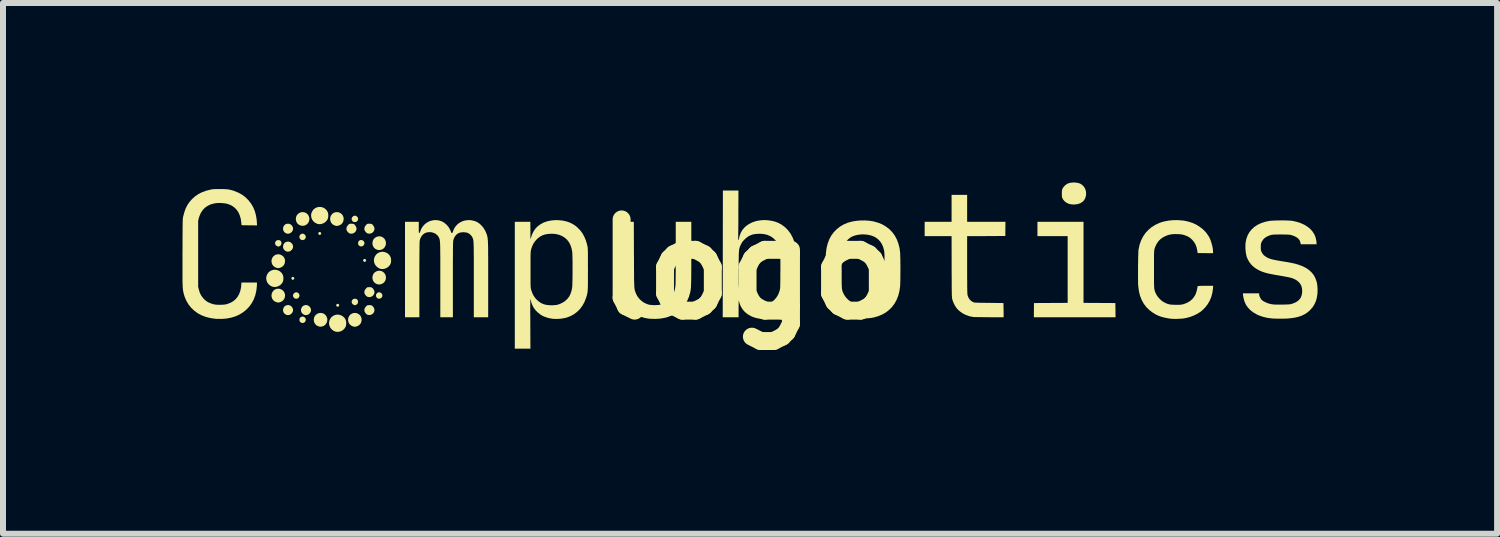
<source format=kicad_pcb>
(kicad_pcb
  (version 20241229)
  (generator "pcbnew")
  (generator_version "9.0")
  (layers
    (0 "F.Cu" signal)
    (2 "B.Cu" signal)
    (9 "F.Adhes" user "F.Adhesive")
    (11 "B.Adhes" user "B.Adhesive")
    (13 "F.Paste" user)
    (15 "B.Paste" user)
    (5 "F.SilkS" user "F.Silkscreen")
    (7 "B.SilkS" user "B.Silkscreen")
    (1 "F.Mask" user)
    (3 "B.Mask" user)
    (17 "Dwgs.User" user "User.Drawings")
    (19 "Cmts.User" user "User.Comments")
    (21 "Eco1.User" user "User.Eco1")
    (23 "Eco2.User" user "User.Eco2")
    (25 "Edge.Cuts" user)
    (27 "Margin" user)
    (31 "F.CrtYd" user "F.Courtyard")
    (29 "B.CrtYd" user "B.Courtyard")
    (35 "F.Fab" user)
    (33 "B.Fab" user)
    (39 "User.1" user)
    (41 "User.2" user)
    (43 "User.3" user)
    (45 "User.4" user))
  (footprint "logo"
    (layer "F.Cu")
    (at 9.444 1.452)
    (property "Reference" "logo" (at 0 0 0) (layer "F.SilkS") (effects (font (size 1.524 1.524) (thickness 0.3))))
    (attr board_only exclude_from_pos_files exclude_from_bom)
    (fp_poly (pts (xy 5.615 0.56) (xy 6.147 0.563) (xy 6.149 0.681) (xy 6.15 0.8) (xy 4.785 0.8) (xy 4.786 0.681) (xy 4.787 0.563) (xy 5.35 0.56) (xy 5.35 -0.555) (xy 4.845 -0.555) (xy 4.845 -0.795) (xy 5.615 -0.795)) (stroke (width 0) (type solid)) (fill yes) (layer "F.SilkS"))
    (fp_poly (pts (xy -7.587 0.129) (xy -7.578 0.14) (xy -7.575 0.15) (xy -7.579 0.163) (xy -7.59 0.172) (xy -7.6 0.175) (xy -7.611 0.172) (xy -7.617 0.167) (xy -7.624 0.155) (xy -7.623 0.141) (xy -7.615 0.131) (xy -7.602 0.125) (xy -7.6 0.125)) (stroke (width 0) (type solid)) (fill yes) (layer "F.SilkS"))
    (fp_poly (pts (xy -7.137 -0.621) (xy -7.128 -0.61) (xy -7.125 -0.6) (xy -7.129 -0.588) (xy -7.14 -0.578) (xy -7.15 -0.575) (xy -7.161 -0.578) (xy -7.167 -0.583) (xy -7.174 -0.595) (xy -7.173 -0.609) (xy -7.165 -0.62) (xy -7.152 -0.625) (xy -7.15 -0.625)) (stroke (width 0) (type solid)) (fill yes) (layer "F.SilkS"))
    (fp_poly (pts (xy -6.839 0.578) (xy -6.833 0.583) (xy -6.826 0.593) (xy -6.825 0.6) (xy -6.828 0.611) (xy -6.833 0.617) (xy -6.843 0.624) (xy -6.85 0.625) (xy -6.861 0.622) (xy -6.867 0.617) (xy -6.874 0.607) (xy -6.875 0.6) (xy -6.872 0.589) (xy -6.867 0.583) (xy -6.857 0.577) (xy -6.85 0.575)) (stroke (width 0) (type solid)) (fill yes) (layer "F.SilkS"))
    (fp_poly (pts (xy -6.389 -0.172) (xy -6.383 -0.167) (xy -6.376 -0.157) (xy -6.375 -0.15) (xy -6.378 -0.139) (xy -6.383 -0.133) (xy -6.393 -0.126) (xy -6.4 -0.125) (xy -6.411 -0.128) (xy -6.417 -0.133) (xy -6.424 -0.143) (xy -6.425 -0.15) (xy -6.422 -0.161) (xy -6.417 -0.167) (xy -6.407 -0.174) (xy -6.4 -0.175)) (stroke (width 0) (type solid)) (fill yes) (layer "F.SilkS"))
    (fp_poly (pts (xy -7.423 0.791) (xy -7.406 0.799) (xy -7.392 0.813) (xy -7.385 0.827) (xy -7.383 0.848) (xy -7.389 0.867) (xy -7.401 0.883) (xy -7.418 0.893) (xy -7.437 0.897) (xy -7.458 0.893) (xy -7.458 0.893) (xy -7.477 0.88) (xy -7.487 0.862) (xy -7.49 0.841) (xy -7.486 0.82) (xy -7.475 0.804) (xy -7.46 0.794) (xy -7.442 0.79)) (stroke (width 0) (type solid)) (fill yes) (layer "F.SilkS"))
    (fp_poly (pts (xy -7.413 -0.591) (xy -7.398 -0.578) (xy -7.387 -0.562) (xy -7.383 -0.542) (xy -7.385 -0.528) (xy -7.396 -0.508) (xy -7.412 -0.495) (xy -7.432 -0.489) (xy -7.452 -0.491) (xy -7.471 -0.501) (xy -7.475 -0.505) (xy -7.487 -0.523) (xy -7.491 -0.543) (xy -7.487 -0.563) (xy -7.475 -0.581) (xy -7.458 -0.593) (xy -7.452 -0.595) (xy -7.432 -0.597)) (stroke (width 0) (type solid)) (fill yes) (layer "F.SilkS"))
    (fp_poly (pts (xy -6.443 -0.489) (xy -6.426 -0.481) (xy -6.412 -0.467) (xy -6.405 -0.453) (xy -6.403 -0.432) (xy -6.409 -0.413) (xy -6.421 -0.397) (xy -6.438 -0.387) (xy -6.457 -0.383) (xy -6.478 -0.387) (xy -6.478 -0.387) (xy -6.497 -0.4) (xy -6.507 -0.418) (xy -6.51 -0.439) (xy -6.506 -0.46) (xy -6.495 -0.476) (xy -6.48 -0.486) (xy -6.462 -0.491)) (stroke (width 0) (type solid)) (fill yes) (layer "F.SilkS"))
    (fp_poly (pts (xy -7.819 -0.486) (xy -7.802 -0.474) (xy -7.792 -0.456) (xy -7.79 -0.439) (xy -7.794 -0.416) (xy -7.805 -0.398) (xy -7.823 -0.387) (xy -7.836 -0.382) (xy -7.845 -0.381) (xy -7.854 -0.384) (xy -7.865 -0.389) (xy -7.883 -0.402) (xy -7.894 -0.42) (xy -7.897 -0.439) (xy -7.893 -0.457) (xy -7.883 -0.473) (xy -7.867 -0.485) (xy -7.846 -0.49) (xy -7.841 -0.49)) (stroke (width 0) (type solid)) (fill yes) (layer "F.SilkS"))
    (fp_poly (pts (xy -7.528 0.385) (xy -7.508 0.396) (xy -7.495 0.412) (xy -7.489 0.432) (xy -7.491 0.452) (xy -7.501 0.471) (xy -7.505 0.475) (xy -7.522 0.487) (xy -7.544 0.491) (xy -7.564 0.487) (xy -7.576 0.48) (xy -7.587 0.468) (xy -7.595 0.453) (xy -7.595 0.452) (xy -7.597 0.432) (xy -7.591 0.414) (xy -7.578 0.398) (xy -7.561 0.387) (xy -7.542 0.383)) (stroke (width 0) (type solid)) (fill yes) (layer "F.SilkS"))
    (fp_poly (pts (xy -6.548 -0.895) (xy -6.528 -0.884) (xy -6.515 -0.868) (xy -6.509 -0.848) (xy -6.511 -0.828) (xy -6.521 -0.809) (xy -6.525 -0.805) (xy -6.542 -0.793) (xy -6.564 -0.79) (xy -6.584 -0.793) (xy -6.596 -0.8) (xy -6.607 -0.812) (xy -6.615 -0.827) (xy -6.615 -0.828) (xy -6.617 -0.848) (xy -6.611 -0.867) (xy -6.598 -0.883) (xy -6.581 -0.893) (xy -6.562 -0.898)) (stroke (width 0) (type solid)) (fill yes) (layer "F.SilkS"))
    (fp_poly (pts (xy -6.539 0.494) (xy -6.522 0.506) (xy -6.512 0.525) (xy -6.51 0.541) (xy -6.514 0.565) (xy -6.525 0.582) (xy -6.543 0.593) (xy -6.556 0.598) (xy -6.565 0.599) (xy -6.574 0.596) (xy -6.585 0.591) (xy -6.603 0.578) (xy -6.614 0.56) (xy -6.617 0.542) (xy -6.613 0.523) (xy -6.603 0.507) (xy -6.587 0.496) (xy -6.566 0.49) (xy -6.561 0.49)) (stroke (width 0) (type solid)) (fill yes) (layer "F.SilkS"))
    (fp_poly (pts (xy -7.665 -0.763) (xy -7.639 -0.753) (xy -7.618 -0.735) (xy -7.602 -0.711) (xy -7.596 -0.685) (xy -7.598 -0.659) (xy -7.611 -0.634) (xy -7.616 -0.627) (xy -7.639 -0.608) (xy -7.664 -0.597) (xy -7.691 -0.596) (xy -7.713 -0.602) (xy -7.737 -0.618) (xy -7.754 -0.64) (xy -7.763 -0.665) (xy -7.763 -0.692) (xy -7.755 -0.718) (xy -7.739 -0.741) (xy -7.717 -0.757) (xy -7.693 -0.763)) (stroke (width 0) (type solid)) (fill yes) (layer "F.SilkS"))
    (fp_poly (pts (xy -7.665 -0.463) (xy -7.639 -0.453) (xy -7.618 -0.435) (xy -7.602 -0.411) (xy -7.596 -0.385) (xy -7.598 -0.359) (xy -7.611 -0.334) (xy -7.616 -0.327) (xy -7.639 -0.308) (xy -7.664 -0.297) (xy -7.691 -0.296) (xy -7.713 -0.302) (xy -7.737 -0.318) (xy -7.754 -0.339) (xy -7.763 -0.365) (xy -7.763 -0.392) (xy -7.755 -0.418) (xy -7.739 -0.441) (xy -7.717 -0.457) (xy -7.693 -0.463)) (stroke (width 0) (type solid)) (fill yes) (layer "F.SilkS"))
    (fp_poly (pts (xy -7.665 0.597) (xy -7.639 0.607) (xy -7.618 0.625) (xy -7.602 0.649) (xy -7.596 0.675) (xy -7.598 0.701) (xy -7.611 0.726) (xy -7.616 0.733) (xy -7.639 0.753) (xy -7.664 0.763) (xy -7.691 0.764) (xy -7.713 0.758) (xy -7.737 0.742) (xy -7.754 0.721) (xy -7.763 0.696) (xy -7.763 0.668) (xy -7.755 0.643) (xy -7.739 0.619) (xy -7.717 0.604) (xy -7.693 0.597)) (stroke (width 0) (type solid)) (fill yes) (layer "F.SilkS"))
    (fp_poly (pts (xy -7.365 0.597) (xy -7.339 0.607) (xy -7.318 0.625) (xy -7.302 0.649) (xy -7.296 0.675) (xy -7.298 0.701) (xy -7.311 0.726) (xy -7.316 0.733) (xy -7.339 0.753) (xy -7.364 0.763) (xy -7.391 0.764) (xy -7.412 0.758) (xy -7.437 0.742) (xy -7.454 0.721) (xy -7.463 0.696) (xy -7.463 0.668) (xy -7.455 0.643) (xy -7.439 0.619) (xy -7.417 0.604) (xy -7.393 0.597)) (stroke (width 0) (type solid)) (fill yes) (layer "F.SilkS"))
    (fp_poly (pts (xy -6.147 0.384) (xy -6.136 0.388) (xy -6.117 0.402) (xy -6.106 0.419) (xy -6.103 0.438) (xy -6.106 0.456) (xy -6.116 0.472) (xy -6.132 0.484) (xy -6.153 0.49) (xy -6.159 0.49) (xy -6.175 0.488) (xy -6.188 0.482) (xy -6.195 0.475) (xy -6.207 0.457) (xy -6.211 0.437) (xy -6.207 0.417) (xy -6.195 0.4) (xy -6.178 0.387) (xy -6.172 0.385) (xy -6.159 0.382)) (stroke (width 0) (type solid)) (fill yes) (layer "F.SilkS"))
    (fp_poly (pts (xy -7.404 -0.953) (xy -7.377 -0.941) (xy -7.354 -0.922) (xy -7.336 -0.897) (xy -7.326 -0.867) (xy -7.323 -0.843) (xy -7.328 -0.81) (xy -7.34 -0.782) (xy -7.359 -0.758) (xy -7.384 -0.741) (xy -7.412 -0.73) (xy -7.442 -0.728) (xy -7.47 -0.733) (xy -7.501 -0.747) (xy -7.525 -0.769) (xy -7.541 -0.796) (xy -7.549 -0.829) (xy -7.55 -0.843) (xy -7.545 -0.877) (xy -7.532 -0.906) (xy -7.511 -0.93) (xy -7.483 -0.947) (xy -7.467 -0.953) (xy -7.435 -0.958)) (stroke (width 0) (type solid)) (fill yes) (layer "F.SilkS"))
    (fp_poly (pts (xy -7.104 0.732) (xy -7.077 0.744) (xy -7.054 0.763) (xy -7.036 0.788) (xy -7.026 0.818) (xy -7.023 0.843) (xy -7.028 0.875) (xy -7.04 0.903) (xy -7.059 0.927) (xy -7.084 0.945) (xy -7.112 0.955) (xy -7.142 0.958) (xy -7.17 0.953) (xy -7.201 0.938) (xy -7.225 0.916) (xy -7.241 0.889) (xy -7.249 0.857) (xy -7.25 0.843) (xy -7.245 0.809) (xy -7.232 0.779) (xy -7.211 0.756) (xy -7.183 0.738) (xy -7.167 0.732) (xy -7.135 0.728)) (stroke (width 0) (type solid)) (fill yes) (layer "F.SilkS"))
    (fp_poly (pts (xy -6.124 -0.548) (xy -6.097 -0.536) (xy -6.074 -0.517) (xy -6.056 -0.492) (xy -6.046 -0.462) (xy -6.043 -0.438) (xy -6.048 -0.405) (xy -6.06 -0.377) (xy -6.079 -0.353) (xy -6.104 -0.336) (xy -6.132 -0.325) (xy -6.162 -0.322) (xy -6.19 -0.328) (xy -6.221 -0.342) (xy -6.245 -0.364) (xy -6.261 -0.391) (xy -6.269 -0.423) (xy -6.27 -0.438) (xy -6.265 -0.472) (xy -6.252 -0.501) (xy -6.231 -0.525) (xy -6.203 -0.542) (xy -6.187 -0.548) (xy -6.155 -0.553)) (stroke (width 0) (type solid)) (fill yes) (layer "F.SilkS"))
    (fp_poly (pts (xy -6.124 0.027) (xy -6.097 0.039) (xy -6.074 0.058) (xy -6.056 0.083) (xy -6.046 0.113) (xy -6.043 0.138) (xy -6.048 0.17) (xy -6.06 0.198) (xy -6.079 0.222) (xy -6.104 0.239) (xy -6.132 0.25) (xy -6.162 0.253) (xy -6.19 0.248) (xy -6.221 0.233) (xy -6.245 0.211) (xy -6.261 0.184) (xy -6.269 0.152) (xy -6.27 0.138) (xy -6.265 0.104) (xy -6.252 0.074) (xy -6.231 0.05) (xy -6.203 0.033) (xy -6.187 0.027) (xy -6.155 0.022)) (stroke (width 0) (type solid)) (fill yes) (layer "F.SilkS"))
    (fp_poly (pts (xy -7.813 -0.248) (xy -7.782 -0.234) (xy -7.757 -0.213) (xy -7.74 -0.187) (xy -7.731 -0.155) (xy -7.73 -0.138) (xy -7.735 -0.104) (xy -7.748 -0.074) (xy -7.769 -0.05) (xy -7.797 -0.033) (xy -7.812 -0.027) (xy -7.83 -0.023) (xy -7.843 -0.021) (xy -7.857 -0.022) (xy -7.867 -0.025) (xy -7.899 -0.037) (xy -7.925 -0.057) (xy -7.944 -0.083) (xy -7.954 -0.114) (xy -7.957 -0.138) (xy -7.952 -0.17) (xy -7.94 -0.199) (xy -7.921 -0.222) (xy -7.896 -0.24) (xy -7.868 -0.25) (xy -7.837 -0.252)) (stroke (width 0) (type solid)) (fill yes) (layer "F.SilkS"))
    (fp_poly (pts (xy -7.813 0.327) (xy -7.782 0.341) (xy -7.757 0.362) (xy -7.74 0.389) (xy -7.731 0.42) (xy -7.73 0.438) (xy -7.735 0.472) (xy -7.748 0.501) (xy -7.769 0.525) (xy -7.797 0.542) (xy -7.812 0.548) (xy -7.83 0.553) (xy -7.843 0.554) (xy -7.857 0.553) (xy -7.867 0.55) (xy -7.899 0.538) (xy -7.925 0.518) (xy -7.944 0.492) (xy -7.954 0.461) (xy -7.957 0.438) (xy -7.952 0.405) (xy -7.94 0.377) (xy -7.921 0.353) (xy -7.896 0.335) (xy -7.868 0.325) (xy -7.837 0.323)) (stroke (width 0) (type solid)) (fill yes) (layer "F.SilkS"))
    (fp_poly (pts (xy -6.833 -0.953) (xy -6.802 -0.939) (xy -6.777 -0.918) (xy -6.76 -0.892) (xy -6.751 -0.86) (xy -6.75 -0.843) (xy -6.755 -0.809) (xy -6.768 -0.779) (xy -6.789 -0.755) (xy -6.817 -0.738) (xy -6.832 -0.733) (xy -6.85 -0.728) (xy -6.863 -0.726) (xy -6.877 -0.727) (xy -6.888 -0.73) (xy -6.919 -0.742) (xy -6.945 -0.762) (xy -6.964 -0.788) (xy -6.974 -0.819) (xy -6.977 -0.843) (xy -6.972 -0.875) (xy -6.96 -0.904) (xy -6.941 -0.927) (xy -6.916 -0.945) (xy -6.888 -0.955) (xy -6.857 -0.957)) (stroke (width 0) (type solid)) (fill yes) (layer "F.SilkS"))
    (fp_poly (pts (xy -6.533 0.732) (xy -6.502 0.746) (xy -6.477 0.767) (xy -6.46 0.794) (xy -6.451 0.825) (xy -6.45 0.843) (xy -6.455 0.877) (xy -6.468 0.906) (xy -6.489 0.93) (xy -6.517 0.947) (xy -6.532 0.953) (xy -6.55 0.958) (xy -6.563 0.959) (xy -6.577 0.958) (xy -6.588 0.956) (xy -6.619 0.943) (xy -6.645 0.923) (xy -6.664 0.897) (xy -6.674 0.867) (xy -6.677 0.843) (xy -6.672 0.81) (xy -6.66 0.782) (xy -6.641 0.758) (xy -6.616 0.741) (xy -6.588 0.73) (xy -6.557 0.728)) (stroke (width 0) (type solid)) (fill yes) (layer "F.SilkS"))
    (fp_poly (pts (xy -6.601 -0.762) (xy -6.588 -0.76) (xy -6.577 -0.755) (xy -6.571 -0.75) (xy -6.555 -0.732) (xy -6.542 -0.71) (xy -6.536 -0.687) (xy -6.535 -0.679) (xy -6.54 -0.653) (xy -6.552 -0.631) (xy -6.571 -0.613) (xy -6.593 -0.601) (xy -6.619 -0.596) (xy -6.644 -0.599) (xy -6.653 -0.602) (xy -6.67 -0.613) (xy -6.686 -0.63) (xy -6.698 -0.649) (xy -6.703 -0.663) (xy -6.704 -0.689) (xy -6.697 -0.713) (xy -6.681 -0.736) (xy -6.677 -0.74) (xy -6.666 -0.752) (xy -6.657 -0.759) (xy -6.647 -0.762) (xy -6.632 -0.763) (xy -6.621 -0.763)) (stroke (width 0) (type solid)) (fill yes) (layer "F.SilkS"))
    (fp_poly (pts (xy -6.301 -0.762) (xy -6.288 -0.76) (xy -6.277 -0.755) (xy -6.271 -0.75) (xy -6.255 -0.732) (xy -6.242 -0.71) (xy -6.236 -0.687) (xy -6.235 -0.679) (xy -6.24 -0.653) (xy -6.252 -0.631) (xy -6.271 -0.613) (xy -6.293 -0.601) (xy -6.319 -0.596) (xy -6.344 -0.599) (xy -6.353 -0.602) (xy -6.37 -0.613) (xy -6.386 -0.63) (xy -6.398 -0.649) (xy -6.403 -0.663) (xy -6.404 -0.689) (xy -6.397 -0.713) (xy -6.381 -0.736) (xy -6.377 -0.74) (xy -6.366 -0.752) (xy -6.357 -0.759) (xy -6.347 -0.762) (xy -6.332 -0.763) (xy -6.321 -0.763)) (stroke (width 0) (type solid)) (fill yes) (layer "F.SilkS"))
    (fp_poly (pts (xy -6.301 0.298) (xy -6.288 0.301) (xy -6.277 0.306) (xy -6.271 0.31) (xy -6.255 0.328) (xy -6.242 0.35) (xy -6.236 0.373) (xy -6.235 0.381) (xy -6.24 0.407) (xy -6.252 0.429) (xy -6.271 0.447) (xy -6.293 0.459) (xy -6.319 0.464) (xy -6.344 0.461) (xy -6.353 0.458) (xy -6.37 0.447) (xy -6.386 0.43) (xy -6.398 0.411) (xy -6.403 0.398) (xy -6.404 0.371) (xy -6.397 0.347) (xy -6.381 0.324) (xy -6.377 0.321) (xy -6.366 0.308) (xy -6.357 0.302) (xy -6.347 0.298) (xy -6.332 0.298) (xy -6.321 0.298)) (stroke (width 0) (type solid)) (fill yes) (layer "F.SilkS"))
    (fp_poly (pts (xy -6.301 0.598) (xy -6.288 0.601) (xy -6.277 0.606) (xy -6.271 0.61) (xy -6.255 0.628) (xy -6.242 0.65) (xy -6.236 0.673) (xy -6.235 0.681) (xy -6.24 0.707) (xy -6.252 0.729) (xy -6.271 0.747) (xy -6.293 0.759) (xy -6.319 0.764) (xy -6.344 0.761) (xy -6.353 0.758) (xy -6.37 0.747) (xy -6.386 0.73) (xy -6.398 0.711) (xy -6.403 0.698) (xy -6.404 0.671) (xy -6.397 0.647) (xy -6.381 0.624) (xy -6.377 0.621) (xy -6.366 0.609) (xy -6.357 0.602) (xy -6.347 0.599) (xy -6.332 0.598) (xy -6.321 0.598)) (stroke (width 0) (type solid)) (fill yes) (layer "F.SilkS"))
    (fp_poly (pts (xy -7.876 0.008) (xy -7.844 0.018) (xy -7.814 0.034) (xy -7.788 0.058) (xy -7.769 0.089) (xy -7.768 0.09) (xy -7.76 0.116) (xy -7.757 0.147) (xy -7.759 0.178) (xy -7.766 0.206) (xy -7.768 0.211) (xy -7.787 0.24) (xy -7.812 0.264) (xy -7.842 0.281) (xy -7.875 0.292) (xy -7.909 0.295) (xy -7.942 0.289) (xy -7.946 0.288) (xy -7.979 0.271) (xy -8.006 0.247) (xy -8.027 0.219) (xy -8.039 0.188) (xy -8.045 0.155) (xy -8.042 0.121) (xy -8.031 0.088) (xy -8.011 0.057) (xy -8.003 0.048) (xy -7.975 0.026) (xy -7.943 0.012) (xy -7.91 0.006)) (stroke (width 0) (type solid)) (fill yes) (layer "F.SilkS"))
    (fp_poly (pts (xy -7.126 -1.042) (xy -7.094 -1.033) (xy -7.064 -1.016) (xy -7.038 -0.992) (xy -7.019 -0.961) (xy -7.018 -0.96) (xy -7.01 -0.934) (xy -7.007 -0.903) (xy -7.009 -0.872) (xy -7.016 -0.845) (xy -7.018 -0.839) (xy -7.037 -0.81) (xy -7.062 -0.786) (xy -7.092 -0.769) (xy -7.125 -0.758) (xy -7.159 -0.755) (xy -7.192 -0.761) (xy -7.196 -0.763) (xy -7.229 -0.78) (xy -7.256 -0.803) (xy -7.277 -0.831) (xy -7.289 -0.862) (xy -7.295 -0.896) (xy -7.292 -0.93) (xy -7.281 -0.962) (xy -7.261 -0.993) (xy -7.253 -1.002) (xy -7.225 -1.024) (xy -7.193 -1.038) (xy -7.16 -1.044)) (stroke (width 0) (type solid)) (fill yes) (layer "F.SilkS"))
    (fp_poly (pts (xy -6.826 0.758) (xy -6.794 0.768) (xy -6.764 0.785) (xy -6.738 0.808) (xy -6.719 0.839) (xy -6.718 0.84) (xy -6.71 0.866) (xy -6.707 0.897) (xy -6.709 0.928) (xy -6.716 0.956) (xy -6.718 0.961) (xy -6.737 0.99) (xy -6.762 1.014) (xy -6.792 1.032) (xy -6.825 1.042) (xy -6.859 1.045) (xy -6.892 1.039) (xy -6.896 1.038) (xy -6.929 1.021) (xy -6.956 0.997) (xy -6.977 0.969) (xy -6.989 0.938) (xy -6.995 0.905) (xy -6.992 0.871) (xy -6.981 0.838) (xy -6.961 0.807) (xy -6.953 0.798) (xy -6.925 0.776) (xy -6.893 0.762) (xy -6.86 0.756)) (stroke (width 0) (type solid)) (fill yes) (layer "F.SilkS"))
    (fp_poly (pts (xy -6.076 -0.292) (xy -6.044 -0.282) (xy -6.014 -0.266) (xy -5.988 -0.242) (xy -5.969 -0.211) (xy -5.968 -0.21) (xy -5.96 -0.184) (xy -5.957 -0.153) (xy -5.959 -0.122) (xy -5.966 -0.094) (xy -5.968 -0.089) (xy -5.987 -0.06) (xy -6.012 -0.036) (xy -6.042 -0.019) (xy -6.075 -0.008) (xy -6.109 -0.005) (xy -6.142 -0.011) (xy -6.146 -0.012) (xy -6.179 -0.03) (xy -6.206 -0.053) (xy -6.227 -0.081) (xy -6.239 -0.112) (xy -6.245 -0.146) (xy -6.242 -0.179) (xy -6.231 -0.212) (xy -6.211 -0.243) (xy -6.203 -0.252) (xy -6.175 -0.274) (xy -6.143 -0.288) (xy -6.11 -0.294)) (stroke (width 0) (type solid)) (fill yes) (layer "F.SilkS"))
    (fp_poly (pts (xy 5.511 -1.447) (xy 5.548 -1.437) (xy 5.559 -1.433) (xy 5.592 -1.412) (xy 5.619 -1.385) (xy 5.64 -1.352) (xy 5.653 -1.314) (xy 5.659 -1.274) (xy 5.656 -1.232) (xy 5.655 -1.228) (xy 5.643 -1.188) (xy 5.623 -1.154) (xy 5.596 -1.127) (xy 5.562 -1.106) (xy 5.522 -1.092) (xy 5.476 -1.085) (xy 5.424 -1.085) (xy 5.416 -1.086) (xy 5.374 -1.094) (xy 5.335 -1.111) (xy 5.302 -1.135) (xy 5.275 -1.166) (xy 5.265 -1.184) (xy 5.259 -1.196) (xy 5.256 -1.207) (xy 5.254 -1.221) (xy 5.253 -1.239) (xy 5.253 -1.265) (xy 5.253 -1.292) (xy 5.254 -1.311) (xy 5.256 -1.326) (xy 5.26 -1.338) (xy 5.264 -1.349) (xy 5.279 -1.373) (xy 5.3 -1.397) (xy 5.325 -1.418) (xy 5.35 -1.434) (xy 5.352 -1.434) (xy 5.387 -1.446) (xy 5.427 -1.451) (xy 5.469 -1.452)) (stroke (width 0) (type solid)) (fill yes) (layer "F.SilkS"))
    (fp_poly (pts (xy 3.67 -0.795) (xy 4.31 -0.795) (xy 4.308 -0.558) (xy 3.989 -0.556) (xy 3.67 -0.555) (xy 3.67 -0.076) (xy 3.67 0.008) (xy 3.67 0.082) (xy 3.67 0.147) (xy 3.671 0.204) (xy 3.671 0.253) (xy 3.671 0.295) (xy 3.672 0.331) (xy 3.672 0.36) (xy 3.673 0.383) (xy 3.674 0.401) (xy 3.675 0.415) (xy 3.676 0.425) (xy 3.677 0.431) (xy 3.691 0.47) (xy 3.713 0.504) (xy 3.742 0.531) (xy 3.77 0.547) (xy 3.775 0.549) (xy 3.781 0.552) (xy 3.788 0.553) (xy 3.798 0.555) (xy 3.81 0.556) (xy 3.827 0.557) (xy 3.849 0.557) (xy 3.876 0.558) (xy 3.91 0.559) (xy 3.952 0.559) (xy 4.002 0.56) (xy 4.035 0.56) (xy 4.277 0.563) (xy 4.279 0.681) (xy 4.28 0.8) (xy 4.039 0.8) (xy 3.989 0.799) (xy 3.942 0.799) (xy 3.898 0.798) (xy 3.859 0.798) (xy 3.825 0.797) (xy 3.797 0.797) (xy 3.778 0.796) (xy 3.767 0.795) (xy 3.707 0.783) (xy 3.649 0.762) (xy 3.595 0.735) (xy 3.547 0.701) (xy 3.505 0.662) (xy 3.493 0.646) (xy 3.468 0.61) (xy 3.446 0.567) (xy 3.428 0.522) (xy 3.424 0.506) (xy 3.422 0.5) (xy 3.42 0.493) (xy 3.419 0.487) (xy 3.418 0.479) (xy 3.417 0.469) (xy 3.416 0.457) (xy 3.415 0.442) (xy 3.414 0.423) (xy 3.414 0.4) (xy 3.413 0.372) (xy 3.413 0.339) (xy 3.412 0.3) (xy 3.412 0.254) (xy 3.412 0.201) (xy 3.412 0.139) (xy 3.411 0.07) (xy 3.411 -0.009) (xy 3.411 -0.044) (xy 3.41 -0.555) (xy 2.96 -0.555) (xy 2.96 -0.795) (xy 3.41 -0.795) (xy 3.41 -1.245) (xy 3.67 -1.245)) (stroke (width 0) (type solid)) (fill yes) (layer "F.SilkS"))
    (fp_poly (pts (xy -1.899 -0.251) (xy -1.898 -0.164) (xy -1.898 -0.086) (xy -1.898 -0.016) (xy -1.897 0.045) (xy -1.897 0.099) (xy -1.897 0.145) (xy -1.896 0.185) (xy -1.895 0.22) (xy -1.894 0.249) (xy -1.893 0.274) (xy -1.892 0.295) (xy -1.89 0.312) (xy -1.889 0.327) (xy -1.886 0.34) (xy -1.884 0.351) (xy -1.881 0.361) (xy -1.878 0.37) (xy -1.874 0.38) (xy -1.87 0.391) (xy -1.87 0.393) (xy -1.846 0.442) (xy -1.814 0.487) (xy -1.775 0.525) (xy -1.73 0.557) (xy -1.68 0.58) (xy -1.655 0.588) (xy -1.63 0.593) (xy -1.597 0.596) (xy -1.561 0.598) (xy -1.525 0.597) (xy -1.49 0.595) (xy -1.461 0.591) (xy -1.45 0.588) (xy -1.397 0.569) (xy -1.349 0.542) (xy -1.307 0.509) (xy -1.272 0.469) (xy -1.246 0.425) (xy -1.231 0.39) (xy -1.22 0.356) (xy -1.212 0.321) (xy -1.206 0.28) (xy -1.205 0.263) (xy -1.204 0.25) (xy -1.203 0.228) (xy -1.203 0.198) (xy -1.202 0.159) (xy -1.202 0.114) (xy -1.201 0.063) (xy -1.201 0.006) (xy -1.201 -0.055) (xy -1.2 -0.12) (xy -1.2 -0.188) (xy -1.2 -0.259) (xy -1.2 -0.294) (xy -1.2 -0.795) (xy -0.94 -0.795) (xy -0.94 -0.276) (xy -0.94 -0.186) (xy -0.94 -0.106) (xy -0.94 -0.034) (xy -0.941 0.029) (xy -0.941 0.085) (xy -0.941 0.134) (xy -0.942 0.177) (xy -0.943 0.214) (xy -0.944 0.246) (xy -0.945 0.274) (xy -0.946 0.298) (xy -0.948 0.318) (xy -0.95 0.336) (xy -0.952 0.352) (xy -0.955 0.367) (xy -0.957 0.381) (xy -0.96 0.392) (xy -0.982 0.465) (xy -1.012 0.533) (xy -1.05 0.595) (xy -1.095 0.65) (xy -1.147 0.698) (xy -1.206 0.74) (xy -1.271 0.773) (xy -1.342 0.799) (xy -1.371 0.807) (xy -1.451 0.822) (xy -1.532 0.828) (xy -1.617 0.826) (xy -1.637 0.825) (xy -1.714 0.813) (xy -1.787 0.792) (xy -1.854 0.764) (xy -1.916 0.728) (xy -1.972 0.685) (xy -2.021 0.634) (xy -2.063 0.578) (xy -2.098 0.515) (xy -2.125 0.446) (xy -2.13 0.432) (xy -2.134 0.418) (xy -2.138 0.406) (xy -2.141 0.394) (xy -2.144 0.381) (xy -2.147 0.367) (xy -2.149 0.352) (xy -2.151 0.334) (xy -2.152 0.314) (xy -2.154 0.29) (xy -2.155 0.262) (xy -2.156 0.229) (xy -2.156 0.191) (xy -2.157 0.147) (xy -2.157 0.096) (xy -2.158 0.038) (xy -2.158 -0.027) (xy -2.158 -0.101) (xy -2.158 -0.185) (xy -2.159 -0.239) (xy -2.16 -0.795) (xy -1.901 -0.795)) (stroke (width 0) (type solid)) (fill yes) (layer "F.SilkS"))
    (fp_poly (pts (xy -8.775 -1.342) (xy -8.738 -1.341) (xy -8.707 -1.339) (xy -8.679 -1.336) (xy -8.652 -1.331) (xy -8.624 -1.324) (xy -8.593 -1.315) (xy -8.579 -1.31) (xy -8.51 -1.282) (xy -8.447 -1.247) (xy -8.391 -1.205) (xy -8.341 -1.155) (xy -8.298 -1.099) (xy -8.262 -1.038) (xy -8.234 -0.97) (xy -8.215 -0.898) (xy -8.203 -0.822) (xy -8.202 -0.796) (xy -8.198 -0.735) (xy -8.328 -0.736) (xy -8.457 -0.738) (xy -8.461 -0.78) (xy -8.47 -0.845) (xy -8.487 -0.903) (xy -8.51 -0.954) (xy -8.54 -0.998) (xy -8.577 -1.035) (xy -8.621 -1.065) (xy -8.637 -1.073) (xy -8.668 -1.086) (xy -8.697 -1.096) (xy -8.727 -1.102) (xy -8.762 -1.106) (xy -8.8 -1.109) (xy -8.832 -1.11) (xy -8.857 -1.109) (xy -8.879 -1.107) (xy -8.901 -1.104) (xy -8.918 -1.101) (xy -8.975 -1.085) (xy -9.025 -1.061) (xy -9.069 -1.03) (xy -9.106 -0.991) (xy -9.137 -0.945) (xy -9.16 -0.892) (xy -9.171 -0.858) (xy -9.182 -0.813) (xy -9.182 0.293) (xy -9.171 0.337) (xy -9.156 0.387) (xy -9.136 0.429) (xy -9.11 0.467) (xy -9.085 0.496) (xy -9.063 0.516) (xy -9.044 0.532) (xy -9.024 0.544) (xy -9.005 0.554) (xy -8.97 0.569) (xy -8.938 0.58) (xy -8.906 0.587) (xy -8.871 0.591) (xy -8.83 0.592) (xy -8.815 0.592) (xy -8.781 0.591) (xy -8.754 0.59) (xy -8.732 0.587) (xy -8.713 0.583) (xy -8.704 0.581) (xy -8.649 0.562) (xy -8.6 0.535) (xy -8.559 0.501) (xy -8.524 0.46) (xy -8.497 0.412) (xy -8.477 0.358) (xy -8.465 0.298) (xy -8.462 0.266) (xy -8.459 0.22) (xy -8.199 0.22) (xy -8.201 0.279) (xy -8.21 0.357) (xy -8.227 0.431) (xy -8.252 0.5) (xy -8.286 0.564) (xy -8.329 0.623) (xy -8.373 0.67) (xy -8.429 0.716) (xy -8.49 0.754) (xy -8.558 0.785) (xy -8.631 0.807) (xy -8.709 0.822) (xy -8.792 0.828) (xy -8.879 0.827) (xy -8.902 0.825) (xy -8.982 0.813) (xy -9.057 0.794) (xy -9.126 0.767) (xy -9.19 0.733) (xy -9.247 0.691) (xy -9.298 0.643) (xy -9.342 0.588) (xy -9.378 0.528) (xy -9.407 0.461) (xy -9.417 0.429) (xy -9.421 0.414) (xy -9.425 0.4) (xy -9.428 0.386) (xy -9.431 0.372) (xy -9.434 0.357) (xy -9.436 0.341) (xy -9.438 0.322) (xy -9.44 0.3) (xy -9.441 0.276) (xy -9.442 0.247) (xy -9.443 0.213) (xy -9.444 0.175) (xy -9.444 0.13) (xy -9.444 0.079) (xy -9.444 0.022) (xy -9.444 -0.044) (xy -9.444 -0.118) (xy -9.444 -0.2) (xy -9.444 -0.286) (xy -9.443 -0.372) (xy -9.443 -0.449) (xy -9.443 -0.518) (xy -9.443 -0.578) (xy -9.442 -0.63) (xy -9.442 -0.676) (xy -9.442 -0.715) (xy -9.441 -0.748) (xy -9.441 -0.776) (xy -9.44 -0.799) (xy -9.44 -0.819) (xy -9.439 -0.834) (xy -9.438 -0.847) (xy -9.437 -0.858) (xy -9.436 -0.867) (xy -9.434 -0.875) (xy -9.433 -0.882) (xy -9.431 -0.889) (xy -9.413 -0.956) (xy -9.392 -1.015) (xy -9.366 -1.068) (xy -9.335 -1.116) (xy -9.297 -1.161) (xy -9.282 -1.177) (xy -9.233 -1.221) (xy -9.179 -1.258) (xy -9.12 -1.288) (xy -9.053 -1.313) (xy -8.982 -1.331) (xy -8.964 -1.335) (xy -8.946 -1.338) (xy -8.928 -1.34) (xy -8.906 -1.341) (xy -8.879 -1.342) (xy -8.845 -1.342) (xy -8.82 -1.342)) (stroke (width 0) (type solid)) (fill yes) (layer "F.SilkS"))
    (fp_poly (pts (xy -5.169 -0.82) (xy -5.121 -0.806) (xy -5.1 -0.797) (xy -5.064 -0.775) (xy -5.029 -0.745) (xy -4.998 -0.708) (xy -4.973 -0.667) (xy -4.955 -0.624) (xy -4.949 -0.609) (xy -4.941 -0.605) (xy -4.934 -0.61) (xy -4.926 -0.625) (xy -4.923 -0.634) (xy -4.912 -0.665) (xy -4.898 -0.692) (xy -4.88 -0.718) (xy -4.875 -0.724) (xy -4.842 -0.759) (xy -4.802 -0.786) (xy -4.758 -0.807) (xy -4.71 -0.819) (xy -4.661 -0.824) (xy -4.611 -0.82) (xy -4.561 -0.808) (xy -4.526 -0.794) (xy -4.487 -0.77) (xy -4.451 -0.738) (xy -4.418 -0.699) (xy -4.389 -0.655) (xy -4.367 -0.607) (xy -4.366 -0.602) (xy -4.361 -0.591) (xy -4.357 -0.58) (xy -4.354 -0.569) (xy -4.351 -0.558) (xy -4.348 -0.546) (xy -4.346 -0.533) (xy -4.344 -0.518) (xy -4.342 -0.501) (xy -4.34 -0.48) (xy -4.339 -0.456) (xy -4.338 -0.428) (xy -4.337 -0.395) (xy -4.336 -0.357) (xy -4.336 -0.313) (xy -4.336 -0.263) (xy -4.335 -0.206) (xy -4.335 -0.141) (xy -4.335 -0.069) (xy -4.335 0.012) (xy -4.335 0.102) (xy -4.335 0.166) (xy -4.335 0.8) (xy -4.575 0.8) (xy -4.575 0.179) (xy -4.575 0.084) (xy -4.575 -0.001) (xy -4.575 -0.077) (xy -4.575 -0.145) (xy -4.575 -0.205) (xy -4.576 -0.258) (xy -4.576 -0.304) (xy -4.577 -0.344) (xy -4.577 -0.378) (xy -4.578 -0.407) (xy -4.579 -0.432) (xy -4.58 -0.452) (xy -4.581 -0.469) (xy -4.583 -0.483) (xy -4.585 -0.494) (xy -4.587 -0.504) (xy -4.589 -0.512) (xy -4.592 -0.519) (xy -4.595 -0.526) (xy -4.596 -0.529) (xy -4.611 -0.556) (xy -4.633 -0.58) (xy -4.659 -0.6) (xy -4.679 -0.61) (xy -4.711 -0.618) (xy -4.747 -0.621) (xy -4.783 -0.619) (xy -4.811 -0.613) (xy -4.843 -0.599) (xy -4.871 -0.576) (xy -4.894 -0.546) (xy -4.911 -0.51) (xy -4.919 -0.481) (xy -4.92 -0.473) (xy -4.921 -0.458) (xy -4.922 -0.435) (xy -4.923 -0.404) (xy -4.923 -0.365) (xy -4.924 -0.319) (xy -4.924 -0.263) (xy -4.924 -0.199) (xy -4.925 -0.126) (xy -4.925 -0.044) (xy -4.925 0.048) (xy -4.925 0.149) (xy -4.925 0.173) (xy -4.925 0.8) (xy -5.135 0.8) (xy -5.135 0.176) (xy -5.135 0.081) (xy -5.135 -0.004) (xy -5.135 -0.081) (xy -5.135 -0.149) (xy -5.135 -0.209) (xy -5.136 -0.262) (xy -5.136 -0.308) (xy -5.137 -0.348) (xy -5.137 -0.383) (xy -5.138 -0.412) (xy -5.139 -0.436) (xy -5.141 -0.457) (xy -5.142 -0.474) (xy -5.144 -0.487) (xy -5.146 -0.499) (xy -5.149 -0.508) (xy -5.151 -0.516) (xy -5.154 -0.524) (xy -5.158 -0.531) (xy -5.162 -0.538) (xy -5.163 -0.541) (xy -5.185 -0.571) (xy -5.214 -0.595) (xy -5.248 -0.611) (xy -5.286 -0.621) (xy -5.327 -0.622) (xy -5.346 -0.62) (xy -5.378 -0.612) (xy -5.404 -0.599) (xy -5.428 -0.579) (xy -5.434 -0.573) (xy -5.456 -0.544) (xy -5.471 -0.511) (xy -5.48 -0.477) (xy -5.481 -0.467) (xy -5.481 -0.447) (xy -5.482 -0.418) (xy -5.483 -0.379) (xy -5.483 -0.331) (xy -5.484 -0.272) (xy -5.484 -0.204) (xy -5.485 -0.126) (xy -5.485 -0.038) (xy -5.485 0.059) (xy -5.485 0.167) (xy -5.485 0.8) (xy -5.725 0.8) (xy -5.725 -0.795) (xy -5.495 -0.795) (xy -5.495 -0.7) (xy -5.495 -0.667) (xy -5.495 -0.642) (xy -5.494 -0.625) (xy -5.493 -0.614) (xy -5.491 -0.608) (xy -5.489 -0.606) (xy -5.487 -0.606) (xy -5.481 -0.612) (xy -5.474 -0.625) (xy -5.47 -0.635) (xy -5.451 -0.682) (xy -5.424 -0.723) (xy -5.391 -0.758) (xy -5.352 -0.786) (xy -5.31 -0.807) (xy -5.265 -0.819) (xy -5.217 -0.824)) (stroke (width 0) (type solid)) (fill yes) (layer "F.SilkS"))
    (fp_poly (pts (xy 7.26 -0.818) (xy 7.29 -0.815) (xy 7.365 -0.799) (xy 7.436 -0.776) (xy 7.502 -0.746) (xy 7.562 -0.708) (xy 7.617 -0.664) (xy 7.664 -0.615) (xy 7.703 -0.56) (xy 7.722 -0.526) (xy 7.737 -0.491) (xy 7.751 -0.45) (xy 7.763 -0.407) (xy 7.773 -0.364) (xy 7.778 -0.324) (xy 7.78 -0.296) (xy 7.78 -0.27) (xy 7.651 -0.271) (xy 7.523 -0.273) (xy 7.517 -0.311) (xy 7.505 -0.367) (xy 7.487 -0.416) (xy 7.462 -0.458) (xy 7.433 -0.493) (xy 7.404 -0.52) (xy 7.376 -0.54) (xy 7.344 -0.556) (xy 7.306 -0.571) (xy 7.305 -0.571) (xy 7.284 -0.577) (xy 7.266 -0.582) (xy 7.247 -0.585) (xy 7.226 -0.587) (xy 7.198 -0.589) (xy 7.185 -0.589) (xy 7.141 -0.59) (xy 7.103 -0.588) (xy 7.069 -0.583) (xy 7.037 -0.576) (xy 7.005 -0.565) (xy 6.953 -0.541) (xy 6.907 -0.51) (xy 6.868 -0.472) (xy 6.837 -0.426) (xy 6.812 -0.374) (xy 6.801 -0.34) (xy 6.8 -0.332) (xy 6.798 -0.324) (xy 6.797 -0.314) (xy 6.796 -0.302) (xy 6.795 -0.286) (xy 6.794 -0.266) (xy 6.793 -0.241) (xy 6.793 -0.21) (xy 6.793 -0.173) (xy 6.793 -0.128) (xy 6.793 -0.075) (xy 6.793 -0.013) (xy 6.793 0) (xy 6.793 0.066) (xy 6.793 0.123) (xy 6.793 0.172) (xy 6.793 0.214) (xy 6.794 0.249) (xy 6.795 0.278) (xy 6.796 0.302) (xy 6.798 0.322) (xy 6.801 0.339) (xy 6.804 0.354) (xy 6.808 0.367) (xy 6.813 0.38) (xy 6.819 0.393) (xy 6.826 0.407) (xy 6.829 0.415) (xy 6.849 0.448) (xy 6.876 0.481) (xy 6.907 0.512) (xy 6.94 0.538) (xy 6.963 0.551) (xy 6.992 0.566) (xy 7.019 0.576) (xy 7.045 0.584) (xy 7.073 0.589) (xy 7.105 0.591) (xy 7.143 0.592) (xy 7.16 0.593) (xy 7.194 0.592) (xy 7.219 0.592) (xy 7.24 0.59) (xy 7.256 0.588) (xy 7.272 0.585) (xy 7.287 0.581) (xy 7.341 0.561) (xy 7.389 0.534) (xy 7.43 0.5) (xy 7.454 0.471) (xy 7.478 0.436) (xy 7.495 0.398) (xy 7.508 0.355) (xy 7.513 0.332) (xy 7.517 0.311) (xy 7.52 0.294) (xy 7.523 0.283) (xy 7.523 0.281) (xy 7.526 0.279) (xy 7.534 0.278) (xy 7.548 0.277) (xy 7.569 0.276) (xy 7.598 0.275) (xy 7.635 0.275) (xy 7.653 0.275) (xy 7.781 0.275) (xy 7.779 0.316) (xy 7.769 0.389) (xy 7.751 0.459) (xy 7.724 0.524) (xy 7.689 0.584) (xy 7.646 0.639) (xy 7.596 0.688) (xy 7.573 0.707) (xy 7.52 0.741) (xy 7.461 0.77) (xy 7.397 0.795) (xy 7.332 0.812) (xy 7.293 0.82) (xy 7.263 0.823) (xy 7.226 0.825) (xy 7.187 0.827) (xy 7.147 0.828) (xy 7.111 0.827) (xy 7.081 0.825) (xy 7.078 0.825) (xy 7.021 0.817) (xy 6.963 0.805) (xy 6.909 0.79) (xy 6.86 0.772) (xy 6.838 0.761) (xy 6.822 0.753) (xy 6.801 0.741) (xy 6.78 0.727) (xy 6.772 0.723) (xy 6.714 0.679) (xy 6.664 0.63) (xy 6.622 0.574) (xy 6.588 0.513) (xy 6.561 0.445) (xy 6.542 0.371) (xy 6.531 0.29) (xy 6.53 0.278) (xy 6.528 0.256) (xy 6.527 0.226) (xy 6.527 0.19) (xy 6.526 0.148) (xy 6.526 0.102) (xy 6.526 0.053) (xy 6.526 0.003) (xy 6.526 -0.049) (xy 6.527 -0.1) (xy 6.528 -0.148) (xy 6.528 -0.194) (xy 6.53 -0.236) (xy 6.531 -0.272) (xy 6.532 -0.302) (xy 6.533 -0.324) (xy 6.535 -0.334) (xy 6.552 -0.412) (xy 6.577 -0.483) (xy 6.61 -0.548) (xy 6.65 -0.607) (xy 6.699 -0.66) (xy 6.754 -0.706) (xy 6.816 -0.745) (xy 6.885 -0.777) (xy 6.905 -0.784) (xy 6.968 -0.802) (xy 7.037 -0.815) (xy 7.111 -0.822) (xy 7.186 -0.823)) (stroke (width 0) (type solid)) (fill yes) (layer "F.SilkS"))
    (fp_poly (pts (xy 2.031 -0.813) (xy 2.098 -0.803) (xy 2.11 -0.8) (xy 2.185 -0.779) (xy 2.253 -0.751) (xy 2.315 -0.714) (xy 2.371 -0.671) (xy 2.419 -0.621) (xy 2.461 -0.564) (xy 2.495 -0.5) (xy 2.521 -0.431) (xy 2.54 -0.356) (xy 2.55 -0.283) (xy 2.551 -0.261) (xy 2.552 -0.229) (xy 2.553 -0.191) (xy 2.554 -0.147) (xy 2.554 -0.099) (xy 2.555 -0.048) (xy 2.555 0.005) (xy 2.555 0.057) (xy 2.554 0.108) (xy 2.554 0.155) (xy 2.553 0.198) (xy 2.552 0.236) (xy 2.551 0.266) (xy 2.55 0.284) (xy 2.538 0.364) (xy 2.519 0.439) (xy 2.492 0.508) (xy 2.457 0.571) (xy 2.415 0.628) (xy 2.365 0.678) (xy 2.31 0.721) (xy 2.247 0.756) (xy 2.179 0.784) (xy 2.104 0.805) (xy 2.058 0.813) (xy 2.025 0.816) (xy 1.99 0.819) (xy 1.955 0.822) (xy 1.922 0.823) (xy 1.895 0.823) (xy 1.88 0.822) (xy 1.798 0.812) (xy 1.724 0.796) (xy 1.657 0.775) (xy 1.597 0.748) (xy 1.542 0.715) (xy 1.493 0.676) (xy 1.475 0.659) (xy 1.43 0.609) (xy 1.392 0.555) (xy 1.362 0.498) (xy 1.338 0.435) (xy 1.322 0.366) (xy 1.311 0.29) (xy 1.31 0.28) (xy 1.309 0.259) (xy 1.308 0.229) (xy 1.307 0.193) (xy 1.306 0.15) (xy 1.306 0.103) (xy 1.305 0.053) (xy 1.305 0.002) (xy 1.305 -0.027) (xy 1.572 -0.027) (xy 1.573 0.003) (xy 1.573 0.069) (xy 1.573 0.125) (xy 1.573 0.174) (xy 1.573 0.215) (xy 1.574 0.25) (xy 1.575 0.279) (xy 1.576 0.303) (xy 1.578 0.323) (xy 1.581 0.34) (xy 1.584 0.355) (xy 1.588 0.368) (xy 1.593 0.381) (xy 1.599 0.394) (xy 1.606 0.408) (xy 1.609 0.415) (xy 1.626 0.444) (xy 1.65 0.475) (xy 1.678 0.504) (xy 1.708 0.529) (xy 1.731 0.544) (xy 1.759 0.557) (xy 1.793 0.57) (xy 1.829 0.58) (xy 1.857 0.585) (xy 1.879 0.588) (xy 1.907 0.588) (xy 1.94 0.588) (xy 1.973 0.586) (xy 2.005 0.583) (xy 2.031 0.58) (xy 2.045 0.577) (xy 2.1 0.558) (xy 2.149 0.533) (xy 2.19 0.499) (xy 2.225 0.459) (xy 2.253 0.411) (xy 2.275 0.355) (xy 2.278 0.345) (xy 2.28 0.337) (xy 2.281 0.329) (xy 2.283 0.319) (xy 2.284 0.306) (xy 2.285 0.29) (xy 2.286 0.27) (xy 2.287 0.245) (xy 2.287 0.214) (xy 2.288 0.176) (xy 2.288 0.131) (xy 2.288 0.077) (xy 2.289 0.021) (xy 2.289 -0.042) (xy 2.289 -0.096) (xy 2.289 -0.142) (xy 2.289 -0.18) (xy 2.289 -0.212) (xy 2.289 -0.237) (xy 2.288 -0.259) (xy 2.287 -0.276) (xy 2.286 -0.29) (xy 2.284 -0.302) (xy 2.283 -0.312) (xy 2.282 -0.314) (xy 2.267 -0.372) (xy 2.244 -0.424) (xy 2.214 -0.469) (xy 2.177 -0.507) (xy 2.133 -0.538) (xy 2.109 -0.55) (xy 2.062 -0.567) (xy 2.01 -0.579) (xy 1.954 -0.584) (xy 1.898 -0.584) (xy 1.842 -0.577) (xy 1.79 -0.565) (xy 1.744 -0.547) (xy 1.738 -0.544) (xy 1.709 -0.525) (xy 1.679 -0.5) (xy 1.651 -0.471) (xy 1.627 -0.44) (xy 1.609 -0.411) (xy 1.609 -0.41) (xy 1.602 -0.395) (xy 1.595 -0.381) (xy 1.59 -0.369) (xy 1.586 -0.355) (xy 1.582 -0.341) (xy 1.579 -0.326) (xy 1.577 -0.307) (xy 1.576 -0.285) (xy 1.574 -0.258) (xy 1.573 -0.226) (xy 1.573 -0.187) (xy 1.573 -0.142) (xy 1.573 -0.089) (xy 1.572 -0.027) (xy 1.305 -0.027) (xy 1.305 -0.049) (xy 1.306 -0.099) (xy 1.306 -0.146) (xy 1.307 -0.189) (xy 1.308 -0.227) (xy 1.309 -0.257) (xy 1.31 -0.278) (xy 1.321 -0.359) (xy 1.34 -0.434) (xy 1.366 -0.503) (xy 1.4 -0.566) (xy 1.442 -0.622) (xy 1.491 -0.672) (xy 1.547 -0.716) (xy 1.609 -0.752) (xy 1.679 -0.781) (xy 1.69 -0.784) (xy 1.751 -0.8) (xy 1.817 -0.811) (xy 1.888 -0.817) (xy 1.96 -0.818)) (stroke (width 0) (type solid)) (fill yes) (layer "F.SilkS"))
    (fp_poly (pts (xy -3.155 -0.822) (xy -3.089 -0.815) (xy -3.025 -0.801) (xy -2.966 -0.78) (xy -2.957 -0.775) (xy -2.923 -0.758) (xy -2.894 -0.74) (xy -2.866 -0.72) (xy -2.837 -0.694) (xy -2.834 -0.691) (xy -2.792 -0.647) (xy -2.757 -0.599) (xy -2.728 -0.545) (xy -2.703 -0.485) (xy -2.683 -0.418) (xy -2.677 -0.39) (xy -2.675 -0.381) (xy -2.673 -0.372) (xy -2.672 -0.361) (xy -2.671 -0.348) (xy -2.67 -0.333) (xy -2.669 -0.314) (xy -2.669 -0.29) (xy -2.668 -0.261) (xy -2.668 -0.226) (xy -2.668 -0.185) (xy -2.668 -0.136) (xy -2.668 -0.079) (xy -2.668 -0.012) (xy -2.667 0) (xy -2.668 0.071) (xy -2.668 0.132) (xy -2.668 0.185) (xy -2.668 0.231) (xy -2.669 0.27) (xy -2.669 0.303) (xy -2.671 0.331) (xy -2.672 0.355) (xy -2.674 0.376) (xy -2.677 0.394) (xy -2.68 0.41) (xy -2.683 0.426) (xy -2.688 0.441) (xy -2.693 0.458) (xy -2.699 0.476) (xy -2.7 0.48) (xy -2.727 0.548) (xy -2.761 0.609) (xy -2.802 0.664) (xy -2.85 0.711) (xy -2.903 0.751) (xy -2.963 0.783) (xy -3.028 0.807) (xy -3.044 0.811) (xy -3.115 0.824) (xy -3.186 0.829) (xy -3.257 0.826) (xy -3.325 0.814) (xy -3.389 0.793) (xy -3.432 0.774) (xy -3.468 0.751) (xy -3.504 0.722) (xy -3.538 0.689) (xy -3.566 0.653) (xy -3.588 0.618) (xy -3.589 0.615) (xy -3.6 0.59) (xy -3.61 0.563) (xy -3.617 0.539) (xy -3.618 0.534) (xy -3.623 0.516) (xy -3.627 0.502) (xy -3.63 0.495) (xy -3.63 0.495) (xy -3.631 0.5) (xy -3.631 0.514) (xy -3.631 0.537) (xy -3.631 0.567) (xy -3.632 0.605) (xy -3.632 0.649) (xy -3.632 0.698) (xy -3.632 0.752) (xy -3.631 0.811) (xy -3.631 0.873) (xy -3.631 0.91) (xy -3.629 1.325) (xy -3.89 1.325) (xy -3.89 0.003) (xy -3.627 0.003) (xy -3.627 0.065) (xy -3.627 0.118) (xy -3.627 0.163) (xy -3.627 0.2) (xy -3.627 0.231) (xy -3.626 0.256) (xy -3.626 0.276) (xy -3.625 0.292) (xy -3.624 0.305) (xy -3.622 0.316) (xy -3.621 0.324) (xy -3.619 0.333) (xy -3.617 0.341) (xy -3.616 0.343) (xy -3.598 0.395) (xy -3.576 0.44) (xy -3.548 0.48) (xy -3.523 0.508) (xy -3.488 0.538) (xy -3.453 0.562) (xy -3.415 0.579) (xy -3.379 0.59) (xy -3.35 0.595) (xy -3.314 0.599) (xy -3.275 0.6) (xy -3.236 0.599) (xy -3.2 0.595) (xy -3.184 0.593) (xy -3.139 0.579) (xy -3.094 0.558) (xy -3.052 0.531) (xy -3.016 0.498) (xy -2.987 0.463) (xy -2.981 0.454) (xy -2.961 0.414) (xy -2.945 0.369) (xy -2.934 0.319) (xy -2.932 0.308) (xy -2.93 0.292) (xy -2.929 0.268) (xy -2.928 0.236) (xy -2.927 0.198) (xy -2.926 0.155) (xy -2.925 0.109) (xy -2.925 0.059) (xy -2.925 0.009) (xy -2.925 -0.042) (xy -2.925 -0.091) (xy -2.925 -0.138) (xy -2.926 -0.182) (xy -2.927 -0.22) (xy -2.928 -0.252) (xy -2.929 -0.277) (xy -2.93 -0.293) (xy -2.93 -0.293) (xy -2.943 -0.356) (xy -2.962 -0.411) (xy -2.989 -0.46) (xy -3.022 -0.501) (xy -3.063 -0.535) (xy -3.102 -0.558) (xy -3.14 -0.574) (xy -3.177 -0.585) (xy -3.216 -0.592) (xy -3.261 -0.595) (xy -3.28 -0.595) (xy -3.336 -0.592) (xy -3.386 -0.583) (xy -3.431 -0.568) (xy -3.472 -0.545) (xy -3.51 -0.515) (xy -3.523 -0.503) (xy -3.556 -0.465) (xy -3.582 -0.425) (xy -3.603 -0.378) (xy -3.616 -0.338) (xy -3.618 -0.329) (xy -3.62 -0.321) (xy -3.622 -0.312) (xy -3.623 -0.302) (xy -3.625 -0.29) (xy -3.625 -0.274) (xy -3.626 -0.255) (xy -3.627 -0.231) (xy -3.627 -0.201) (xy -3.627 -0.165) (xy -3.627 -0.121) (xy -3.627 -0.069) (xy -3.627 -0.009) (xy -3.627 0.003) (xy -3.89 0.003) (xy -3.89 -0.795) (xy -3.63 -0.795) (xy -3.629 -0.641) (xy -3.629 -0.598) (xy -3.629 -0.565) (xy -3.629 -0.539) (xy -3.628 -0.522) (xy -3.627 -0.511) (xy -3.626 -0.506) (xy -3.625 -0.507) (xy -3.624 -0.512) (xy -3.623 -0.515) (xy -3.605 -0.576) (xy -3.579 -0.631) (xy -3.546 -0.68) (xy -3.505 -0.722) (xy -3.456 -0.757) (xy -3.407 -0.783) (xy -3.35 -0.803) (xy -3.287 -0.816) (xy -3.222 -0.823)) (stroke (width 0) (type solid)) (fill yes) (layer "F.SilkS"))
    (fp_poly (pts (xy -0.154 -0.928) (xy -0.154 -0.865) (xy -0.154 -0.806) (xy -0.154 -0.749) (xy -0.155 -0.697) (xy -0.155 -0.649) (xy -0.156 -0.608) (xy -0.156 -0.573) (xy -0.156 -0.545) (xy -0.157 -0.525) (xy -0.157 -0.515) (xy -0.157 -0.514) (xy -0.158 -0.499) (xy -0.156 -0.491) (xy -0.153 -0.49) (xy -0.149 -0.498) (xy -0.147 -0.504) (xy -0.132 -0.562) (xy -0.113 -0.612) (xy -0.088 -0.656) (xy -0.056 -0.695) (xy -0.024 -0.725) (xy 0.026 -0.759) (xy 0.082 -0.787) (xy 0.143 -0.807) (xy 0.208 -0.819) (xy 0.276 -0.824) (xy 0.336 -0.821) (xy 0.401 -0.812) (xy 0.458 -0.798) (xy 0.51 -0.779) (xy 0.558 -0.754) (xy 0.572 -0.745) (xy 0.628 -0.703) (xy 0.677 -0.653) (xy 0.719 -0.597) (xy 0.753 -0.534) (xy 0.78 -0.465) (xy 0.799 -0.389) (xy 0.803 -0.368) (xy 0.805 -0.355) (xy 0.807 -0.343) (xy 0.808 -0.329) (xy 0.809 -0.313) (xy 0.81 -0.294) (xy 0.811 -0.272) (xy 0.812 -0.244) (xy 0.812 -0.211) (xy 0.812 -0.172) (xy 0.812 -0.125) (xy 0.812 -0.071) (xy 0.812 -0.007) (xy 0.812 0.003) (xy 0.812 0.068) (xy 0.812 0.124) (xy 0.812 0.171) (xy 0.812 0.212) (xy 0.812 0.245) (xy 0.811 0.273) (xy 0.81 0.297) (xy 0.809 0.316) (xy 0.808 0.332) (xy 0.807 0.346) (xy 0.805 0.359) (xy 0.804 0.371) (xy 0.803 0.373) (xy 0.786 0.449) (xy 0.762 0.52) (xy 0.73 0.584) (xy 0.691 0.642) (xy 0.646 0.692) (xy 0.595 0.735) (xy 0.537 0.771) (xy 0.474 0.798) (xy 0.424 0.813) (xy 0.379 0.822) (xy 0.329 0.827) (xy 0.277 0.829) (xy 0.227 0.827) (xy 0.194 0.823) (xy 0.152 0.815) (xy 0.116 0.805) (xy 0.083 0.793) (xy 0.054 0.78) (xy 0 0.748) (xy -0.046 0.711) (xy -0.083 0.668) (xy -0.113 0.618) (xy -0.135 0.563) (xy -0.143 0.533) (xy -0.144 0.525) (xy -0.146 0.521) (xy -0.147 0.521) (xy -0.148 0.527) (xy -0.149 0.539) (xy -0.149 0.558) (xy -0.149 0.585) (xy -0.15 0.62) (xy -0.15 0.651) (xy -0.15 0.8) (xy -0.415 0.8) (xy -0.414 0.153) (xy -0.15 0.153) (xy -0.149 0.194) (xy -0.149 0.23) (xy -0.148 0.259) (xy -0.146 0.284) (xy -0.145 0.305) (xy -0.142 0.323) (xy -0.139 0.338) (xy -0.136 0.353) (xy -0.132 0.367) (xy -0.127 0.381) (xy -0.125 0.386) (xy -0.107 0.43) (xy -0.084 0.467) (xy -0.055 0.502) (xy -0.042 0.515) (xy -0.004 0.546) (xy 0.036 0.569) (xy 0.08 0.586) (xy 0.129 0.596) (xy 0.184 0.6) (xy 0.195 0.6) (xy 0.232 0.599) (xy 0.262 0.597) (xy 0.29 0.592) (xy 0.299 0.59) (xy 0.354 0.572) (xy 0.403 0.546) (xy 0.445 0.513) (xy 0.481 0.472) (xy 0.511 0.424) (xy 0.532 0.369) (xy 0.536 0.357) (xy 0.538 0.348) (xy 0.54 0.34) (xy 0.542 0.331) (xy 0.543 0.321) (xy 0.545 0.308) (xy 0.546 0.292) (xy 0.546 0.271) (xy 0.547 0.246) (xy 0.547 0.216) (xy 0.548 0.178) (xy 0.548 0.133) (xy 0.548 0.08) (xy 0.549 0.019) (xy 0.549 -0.043) (xy 0.549 -0.097) (xy 0.549 -0.142) (xy 0.549 -0.18) (xy 0.549 -0.211) (xy 0.549 -0.237) (xy 0.548 -0.258) (xy 0.547 -0.275) (xy 0.546 -0.289) (xy 0.545 -0.301) (xy 0.544 -0.311) (xy 0.542 -0.322) (xy 0.541 -0.327) (xy 0.524 -0.385) (xy 0.501 -0.437) (xy 0.47 -0.482) (xy 0.432 -0.52) (xy 0.387 -0.551) (xy 0.367 -0.561) (xy 0.329 -0.577) (xy 0.29 -0.587) (xy 0.248 -0.593) (xy 0.198 -0.595) (xy 0.195 -0.595) (xy 0.139 -0.592) (xy 0.089 -0.584) (xy 0.045 -0.568) (xy 0.004 -0.546) (xy -0.034 -0.515) (xy -0.048 -0.502) (xy -0.069 -0.48) (xy -0.085 -0.462) (xy -0.097 -0.442) (xy -0.109 -0.42) (xy -0.117 -0.404) (xy -0.123 -0.39) (xy -0.129 -0.376) (xy -0.133 -0.363) (xy -0.137 -0.349) (xy -0.14 -0.333) (xy -0.142 -0.315) (xy -0.144 -0.293) (xy -0.146 -0.266) (xy -0.147 -0.234) (xy -0.147 -0.196) (xy -0.148 -0.151) (xy -0.148 -0.098) (xy -0.149 -0.036) (xy -0.149 -0.02) (xy -0.149 0.046) (xy -0.149 0.104) (xy -0.15 0.153) (xy -0.414 0.153) (xy -0.414 -0.259) (xy -0.412 -1.318) (xy -0.152 -1.318)) (stroke (width 0) (type solid)) (fill yes) (layer "F.SilkS"))
    (fp_poly (pts (xy 8.982 -0.818) (xy 9.022 -0.817) (xy 9.057 -0.815) (xy 9.086 -0.813) (xy 9.105 -0.811) (xy 9.18 -0.794) (xy 9.248 -0.772) (xy 9.309 -0.744) (xy 9.362 -0.71) (xy 9.408 -0.672) (xy 9.445 -0.629) (xy 9.475 -0.581) (xy 9.495 -0.529) (xy 9.507 -0.473) (xy 9.508 -0.459) (xy 9.511 -0.42) (xy 9.246 -0.42) (xy 9.24 -0.445) (xy 9.235 -0.466) (xy 9.229 -0.482) (xy 9.219 -0.496) (xy 9.206 -0.511) (xy 9.186 -0.529) (xy 9.158 -0.546) (xy 9.125 -0.561) (xy 9.089 -0.573) (xy 9.088 -0.573) (xy 9.076 -0.576) (xy 9.063 -0.578) (xy 9.049 -0.58) (xy 9.031 -0.581) (xy 9.008 -0.582) (xy 8.979 -0.582) (xy 8.942 -0.583) (xy 8.912 -0.583) (xy 8.871 -0.583) (xy 8.838 -0.582) (xy 8.812 -0.582) (xy 8.792 -0.581) (xy 8.777 -0.58) (xy 8.764 -0.578) (xy 8.753 -0.576) (xy 8.742 -0.573) (xy 8.735 -0.571) (xy 8.689 -0.553) (xy 8.651 -0.531) (xy 8.621 -0.503) (xy 8.598 -0.47) (xy 8.591 -0.456) (xy 8.585 -0.442) (xy 8.581 -0.43) (xy 8.579 -0.415) (xy 8.578 -0.396) (xy 8.578 -0.372) (xy 8.578 -0.348) (xy 8.579 -0.33) (xy 8.581 -0.317) (xy 8.585 -0.305) (xy 8.591 -0.291) (xy 8.595 -0.283) (xy 8.611 -0.257) (xy 8.63 -0.235) (xy 8.655 -0.216) (xy 8.684 -0.198) (xy 8.702 -0.189) (xy 8.721 -0.182) (xy 8.741 -0.174) (xy 8.764 -0.168) (xy 8.792 -0.161) (xy 8.825 -0.155) (xy 8.865 -0.147) (xy 8.913 -0.139) (xy 8.924 -0.137) (xy 8.98 -0.128) (xy 9.026 -0.12) (xy 9.066 -0.113) (xy 9.099 -0.106) (xy 9.128 -0.1) (xy 9.154 -0.094) (xy 9.177 -0.087) (xy 9.2 -0.08) (xy 9.205 -0.079) (xy 9.273 -0.054) (xy 9.333 -0.024) (xy 9.384 0.011) (xy 9.427 0.051) (xy 9.463 0.096) (xy 9.49 0.147) (xy 9.51 0.203) (xy 9.516 0.225) (xy 9.521 0.258) (xy 9.525 0.298) (xy 9.527 0.34) (xy 9.526 0.381) (xy 9.525 0.404) (xy 9.515 0.47) (xy 9.499 0.53) (xy 9.475 0.583) (xy 9.444 0.633) (xy 9.404 0.678) (xy 9.391 0.691) (xy 9.353 0.723) (xy 9.311 0.75) (xy 9.265 0.773) (xy 9.213 0.791) (xy 9.156 0.805) (xy 9.091 0.815) (xy 9.019 0.822) (xy 8.939 0.824) (xy 8.893 0.824) (xy 8.86 0.824) (xy 8.827 0.823) (xy 8.796 0.822) (xy 8.771 0.821) (xy 8.762 0.82) (xy 8.686 0.81) (xy 8.614 0.793) (xy 8.548 0.77) (xy 8.512 0.754) (xy 8.454 0.72) (xy 8.404 0.682) (xy 8.362 0.638) (xy 8.329 0.59) (xy 8.305 0.536) (xy 8.289 0.477) (xy 8.282 0.434) (xy 8.279 0.4) (xy 8.55 0.4) (xy 8.55 0.419) (xy 8.553 0.438) (xy 8.562 0.461) (xy 8.574 0.485) (xy 8.588 0.505) (xy 8.598 0.515) (xy 8.625 0.534) (xy 8.659 0.551) (xy 8.698 0.567) (xy 8.74 0.579) (xy 8.775 0.585) (xy 8.797 0.587) (xy 8.828 0.589) (xy 8.867 0.589) (xy 8.914 0.589) (xy 8.938 0.589) (xy 8.978 0.588) (xy 9.01 0.587) (xy 9.034 0.586) (xy 9.054 0.585) (xy 9.069 0.583) (xy 9.083 0.58) (xy 9.095 0.577) (xy 9.099 0.576) (xy 9.149 0.557) (xy 9.189 0.534) (xy 9.222 0.505) (xy 9.246 0.472) (xy 9.261 0.432) (xy 9.269 0.387) (xy 9.27 0.363) (xy 9.266 0.315) (xy 9.255 0.274) (xy 9.235 0.238) (xy 9.206 0.206) (xy 9.169 0.178) (xy 9.143 0.164) (xy 9.127 0.157) (xy 9.111 0.15) (xy 9.092 0.144) (xy 9.07 0.138) (xy 9.042 0.132) (xy 9.009 0.125) (xy 8.969 0.118) (xy 8.921 0.109) (xy 8.881 0.102) (xy 8.818 0.092) (xy 8.763 0.081) (xy 8.716 0.072) (xy 8.676 0.062) (xy 8.641 0.052) (xy 8.61 0.042) (xy 8.582 0.031) (xy 8.557 0.02) (xy 8.511 -0.005) (xy 8.472 -0.031) (xy 8.437 -0.061) (xy 8.422 -0.077) (xy 8.387 -0.12) (xy 8.36 -0.167) (xy 8.34 -0.217) (xy 8.328 -0.274) (xy 8.322 -0.337) (xy 8.321 -0.34) (xy 8.321 -0.37) (xy 8.321 -0.401) (xy 8.322 -0.428) (xy 8.324 -0.448) (xy 8.337 -0.511) (xy 8.359 -0.57) (xy 8.388 -0.622) (xy 8.426 -0.669) (xy 8.471 -0.71) (xy 8.524 -0.745) (xy 8.584 -0.773) (xy 8.651 -0.795) (xy 8.718 -0.809) (xy 8.742 -0.812) (xy 8.773 -0.814) (xy 8.81 -0.816) (xy 8.851 -0.817) (xy 8.895 -0.818) (xy 8.939 -0.818)) (stroke (width 0) (type solid)) (fill yes) (layer "F.SilkS")))
  (gr_rect
    (start -3 -3)
    (end 21.971 5.87)
    (stroke (width 0.1) (type default))
    (fill no)
    (layer "Edge.Cuts")))
</source>
